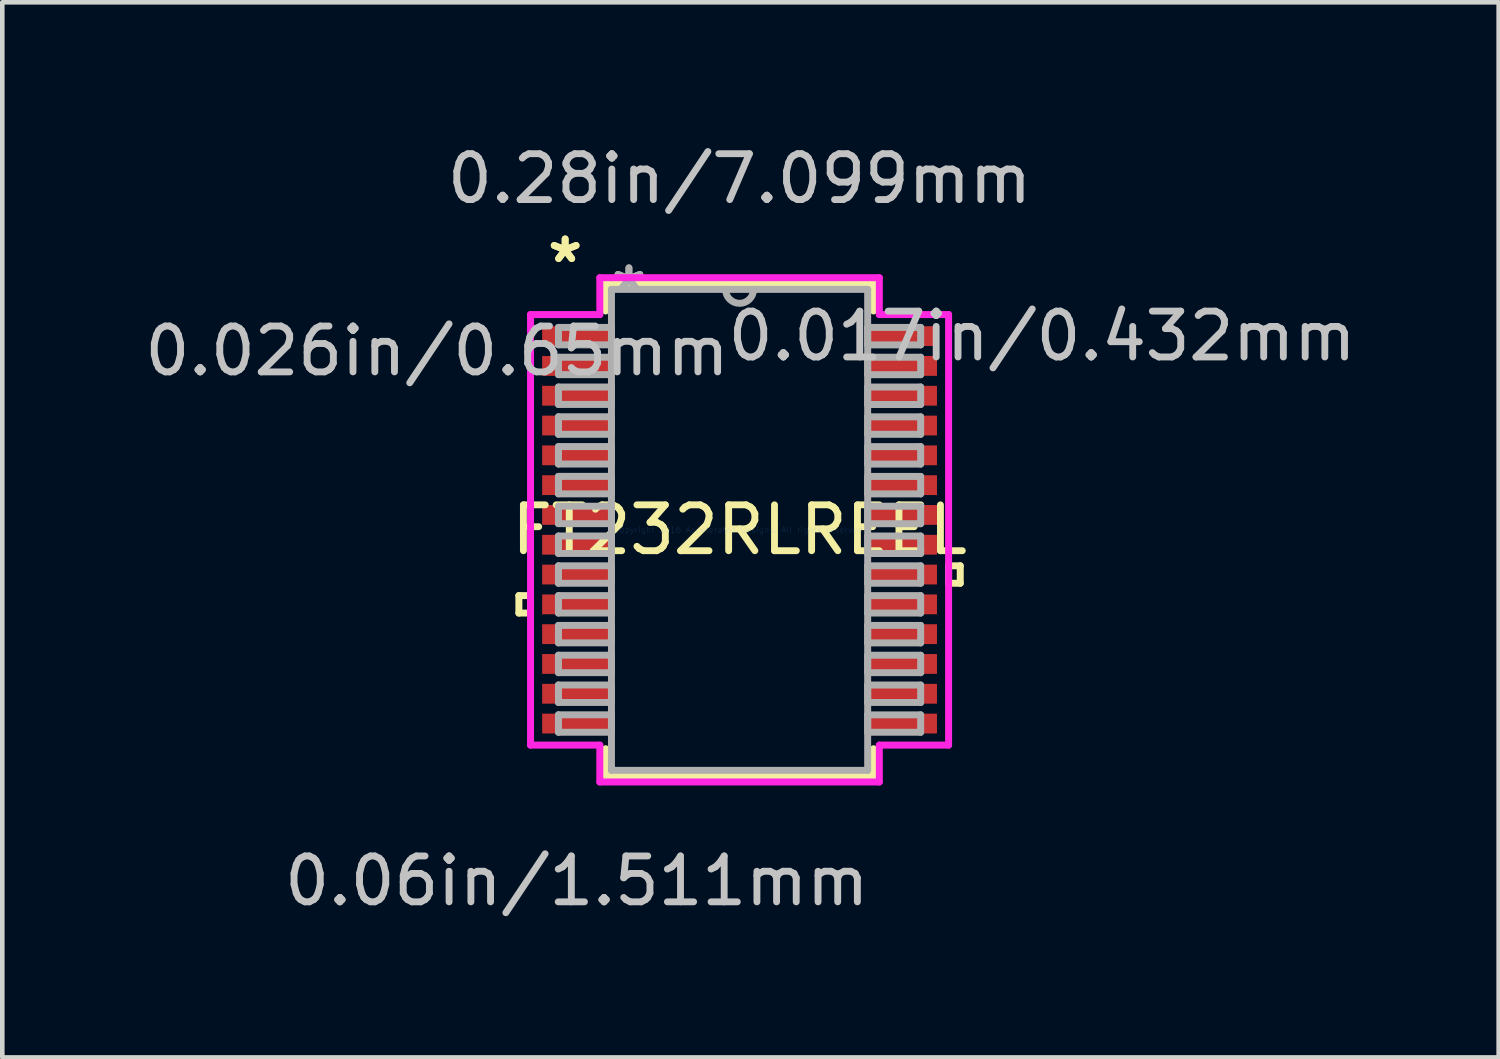
<source format=kicad_pcb>
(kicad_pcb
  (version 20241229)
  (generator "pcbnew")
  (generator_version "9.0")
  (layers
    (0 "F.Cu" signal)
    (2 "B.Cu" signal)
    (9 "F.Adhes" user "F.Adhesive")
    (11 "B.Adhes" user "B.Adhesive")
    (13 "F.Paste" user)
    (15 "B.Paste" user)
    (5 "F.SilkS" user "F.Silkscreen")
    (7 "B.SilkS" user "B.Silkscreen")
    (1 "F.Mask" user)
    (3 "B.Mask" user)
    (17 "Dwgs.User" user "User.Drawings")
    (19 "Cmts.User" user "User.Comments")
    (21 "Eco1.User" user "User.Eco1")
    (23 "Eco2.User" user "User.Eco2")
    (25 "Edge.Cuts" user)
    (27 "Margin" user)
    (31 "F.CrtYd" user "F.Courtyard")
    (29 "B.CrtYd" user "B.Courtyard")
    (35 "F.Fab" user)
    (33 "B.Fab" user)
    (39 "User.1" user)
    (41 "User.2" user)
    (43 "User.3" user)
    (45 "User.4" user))
  (footprint "FT232RLREEL"
    (layer "F.Cu")
    (at 13.08 8.506)
    (property "Reference" "FT232RLREEL" (at 0 0 0) (layer "F.SilkS") (effects (font (size 1 1) (thickness 0.15))))
    (attr through_hole)
    (fp_line (start -4.813 1.434) (end -4.813 1.815) (stroke (width 0.152) (type solid)) (layer "F.SilkS"))
    (fp_line (start -4.813 1.815) (end -4.559 1.815) (stroke (width 0.152) (type solid)) (layer "F.SilkS"))
    (fp_line (start -4.559 1.434) (end -4.813 1.434) (stroke (width 0.152) (type solid)) (layer "F.SilkS"))
    (fp_line (start -4.559 1.815) (end -4.559 1.434) (stroke (width 0.152) (type solid)) (layer "F.SilkS"))
    (fp_line (start -2.921 -5.372) (end -2.921 -4.774) (stroke (width 0.152) (type solid)) (layer "F.SilkS"))
    (fp_line (start -2.921 4.774) (end -2.921 5.372) (stroke (width 0.152) (type solid)) (layer "F.SilkS"))
    (fp_line (start -2.921 5.372) (end 2.921 5.372) (stroke (width 0.152) (type solid)) (layer "F.SilkS"))
    (fp_line (start 2.921 -5.372) (end -2.921 -5.372) (stroke (width 0.152) (type solid)) (layer "F.SilkS"))
    (fp_line (start 2.921 -4.774) (end 2.921 -5.372) (stroke (width 0.152) (type solid)) (layer "F.SilkS"))
    (fp_line (start 2.921 5.372) (end 2.921 4.774) (stroke (width 0.152) (type solid)) (layer "F.SilkS"))
    (fp_line (start 4.559 0.784) (end 4.813 0.784) (stroke (width 0.152) (type solid)) (layer "F.SilkS"))
    (fp_line (start 4.559 1.165) (end 4.559 0.784) (stroke (width 0.152) (type solid)) (layer "F.SilkS"))
    (fp_line (start 4.813 0.784) (end 4.813 1.165) (stroke (width 0.152) (type solid)) (layer "F.SilkS"))
    (fp_line (start 4.813 1.165) (end 4.559 1.165) (stroke (width 0.152) (type solid)) (layer "F.SilkS"))
    (fp_line (start -4.559 -4.695) (end -3.048 -4.695) (stroke (width 0.152) (type solid)) (layer "F.CrtYd"))
    (fp_line (start -4.559 4.695) (end -4.559 -4.695) (stroke (width 0.152) (type solid)) (layer "F.CrtYd"))
    (fp_line (start -3.048 -5.499) (end 3.048 -5.499) (stroke (width 0.152) (type solid)) (layer "F.CrtYd"))
    (fp_line (start -3.048 -4.695) (end -3.048 -5.499) (stroke (width 0.152) (type solid)) (layer "F.CrtYd"))
    (fp_line (start -3.048 4.695) (end -4.559 4.695) (stroke (width 0.152) (type solid)) (layer "F.CrtYd"))
    (fp_line (start -3.048 5.499) (end -3.048 4.695) (stroke (width 0.152) (type solid)) (layer "F.CrtYd"))
    (fp_line (start 3.048 -5.499) (end 3.048 -4.695) (stroke (width 0.152) (type solid)) (layer "F.CrtYd"))
    (fp_line (start 3.048 -4.695) (end 4.559 -4.695) (stroke (width 0.152) (type solid)) (layer "F.CrtYd"))
    (fp_line (start 3.048 4.695) (end 3.048 5.499) (stroke (width 0.152) (type solid)) (layer "F.CrtYd"))
    (fp_line (start 3.048 5.499) (end -3.048 5.499) (stroke (width 0.152) (type solid)) (layer "F.CrtYd"))
    (fp_line (start 4.559 -4.695) (end 4.559 4.695) (stroke (width 0.152) (type solid)) (layer "F.CrtYd"))
    (fp_line (start 4.559 4.695) (end 3.048 4.695) (stroke (width 0.152) (type solid)) (layer "F.CrtYd"))
    (fp_line (start -3.95 -4.415) (end -3.95 -4.035) (stroke (width 0.152) (type solid)) (layer "F.Fab"))
    (fp_line (start -3.95 -4.035) (end -2.794 -4.035) (stroke (width 0.152) (type solid)) (layer "F.Fab"))
    (fp_line (start -3.95 -3.765) (end -3.95 -3.385) (stroke (width 0.152) (type solid)) (layer "F.Fab"))
    (fp_line (start -3.95 -3.385) (end -2.794 -3.385) (stroke (width 0.152) (type solid)) (layer "F.Fab"))
    (fp_line (start -3.95 -3.115) (end -3.95 -2.735) (stroke (width 0.152) (type solid)) (layer "F.Fab"))
    (fp_line (start -3.95 -2.735) (end -2.794 -2.735) (stroke (width 0.152) (type solid)) (layer "F.Fab"))
    (fp_line (start -3.95 -2.466) (end -3.95 -2.084) (stroke (width 0.152) (type solid)) (layer "F.Fab"))
    (fp_line (start -3.95 -2.084) (end -2.794 -2.084) (stroke (width 0.152) (type solid)) (layer "F.Fab"))
    (fp_line (start -3.95 -1.816) (end -3.95 -1.435) (stroke (width 0.152) (type solid)) (layer "F.Fab"))
    (fp_line (start -3.95 -1.435) (end -2.794 -1.435) (stroke (width 0.152) (type solid)) (layer "F.Fab"))
    (fp_line (start -3.95 -1.166) (end -3.95 -0.785) (stroke (width 0.152) (type solid)) (layer "F.Fab"))
    (fp_line (start -3.95 -0.785) (end -2.794 -0.785) (stroke (width 0.152) (type solid)) (layer "F.Fab"))
    (fp_line (start -3.95 -0.516) (end -3.95 -0.135) (stroke (width 0.152) (type solid)) (layer "F.Fab"))
    (fp_line (start -3.95 -0.135) (end -2.794 -0.135) (stroke (width 0.152) (type solid)) (layer "F.Fab"))
    (fp_line (start -3.95 0.134) (end -3.95 0.515) (stroke (width 0.152) (type solid)) (layer "F.Fab"))
    (fp_line (start -3.95 0.515) (end -2.794 0.515) (stroke (width 0.152) (type solid)) (layer "F.Fab"))
    (fp_line (start -3.95 0.784) (end -3.95 1.165) (stroke (width 0.152) (type solid)) (layer "F.Fab"))
    (fp_line (start -3.95 1.165) (end -2.794 1.165) (stroke (width 0.152) (type solid)) (layer "F.Fab"))
    (fp_line (start -3.95 1.434) (end -3.95 1.815) (stroke (width 0.152) (type solid)) (layer "F.Fab"))
    (fp_line (start -3.95 1.815) (end -2.794 1.815) (stroke (width 0.152) (type solid)) (layer "F.Fab"))
    (fp_line (start -3.95 2.084) (end -3.95 2.465) (stroke (width 0.152) (type solid)) (layer "F.Fab"))
    (fp_line (start -3.95 2.465) (end -2.794 2.465) (stroke (width 0.152) (type solid)) (layer "F.Fab"))
    (fp_line (start -3.95 2.734) (end -3.95 3.115) (stroke (width 0.152) (type solid)) (layer "F.Fab"))
    (fp_line (start -3.95 3.115) (end -2.794 3.115) (stroke (width 0.152) (type solid)) (layer "F.Fab"))
    (fp_line (start -3.95 3.384) (end -3.95 3.765) (stroke (width 0.152) (type solid)) (layer "F.Fab"))
    (fp_line (start -3.95 3.765) (end -2.794 3.765) (stroke (width 0.152) (type solid)) (layer "F.Fab"))
    (fp_line (start -3.95 4.034) (end -3.95 4.415) (stroke (width 0.152) (type solid)) (layer "F.Fab"))
    (fp_line (start -3.95 4.415) (end -2.794 4.415) (stroke (width 0.152) (type solid)) (layer "F.Fab"))
    (fp_line (start -2.794 -5.245) (end -2.794 5.245) (stroke (width 0.152) (type solid)) (layer "F.Fab"))
    (fp_line (start -2.794 -4.415) (end -3.95 -4.415) (stroke (width 0.152) (type solid)) (layer "F.Fab"))
    (fp_line (start -2.794 -4.035) (end -2.794 -4.415) (stroke (width 0.152) (type solid)) (layer "F.Fab"))
    (fp_line (start -2.794 -3.765) (end -3.95 -3.765) (stroke (width 0.152) (type solid)) (layer "F.Fab"))
    (fp_line (start -2.794 -3.385) (end -2.794 -3.765) (stroke (width 0.152) (type solid)) (layer "F.Fab"))
    (fp_line (start -2.794 -3.115) (end -3.95 -3.115) (stroke (width 0.152) (type solid)) (layer "F.Fab"))
    (fp_line (start -2.794 -2.735) (end -2.794 -3.115) (stroke (width 0.152) (type solid)) (layer "F.Fab"))
    (fp_line (start -2.794 -2.466) (end -3.95 -2.466) (stroke (width 0.152) (type solid)) (layer "F.Fab"))
    (fp_line (start -2.794 -2.084) (end -2.794 -2.466) (stroke (width 0.152) (type solid)) (layer "F.Fab"))
    (fp_line (start -2.794 -1.816) (end -3.95 -1.816) (stroke (width 0.152) (type solid)) (layer "F.Fab"))
    (fp_line (start -2.794 -1.435) (end -2.794 -1.816) (stroke (width 0.152) (type solid)) (layer "F.Fab"))
    (fp_line (start -2.794 -1.166) (end -3.95 -1.166) (stroke (width 0.152) (type solid)) (layer "F.Fab"))
    (fp_line (start -2.794 -0.785) (end -2.794 -1.166) (stroke (width 0.152) (type solid)) (layer "F.Fab"))
    (fp_line (start -2.794 -0.516) (end -3.95 -0.516) (stroke (width 0.152) (type solid)) (layer "F.Fab"))
    (fp_line (start -2.794 -0.135) (end -2.794 -0.516) (stroke (width 0.152) (type solid)) (layer "F.Fab"))
    (fp_line (start -2.794 0.134) (end -3.95 0.134) (stroke (width 0.152) (type solid)) (layer "F.Fab"))
    (fp_line (start -2.794 0.515) (end -2.794 0.134) (stroke (width 0.152) (type solid)) (layer "F.Fab"))
    (fp_line (start -2.794 0.784) (end -3.95 0.784) (stroke (width 0.152) (type solid)) (layer "F.Fab"))
    (fp_line (start -2.794 1.165) (end -2.794 0.784) (stroke (width 0.152) (type solid)) (layer "F.Fab"))
    (fp_line (start -2.794 1.434) (end -3.95 1.434) (stroke (width 0.152) (type solid)) (layer "F.Fab"))
    (fp_line (start -2.794 1.815) (end -2.794 1.434) (stroke (width 0.152) (type solid)) (layer "F.Fab"))
    (fp_line (start -2.794 2.084) (end -3.95 2.084) (stroke (width 0.152) (type solid)) (layer "F.Fab"))
    (fp_line (start -2.794 2.465) (end -2.794 2.084) (stroke (width 0.152) (type solid)) (layer "F.Fab"))
    (fp_line (start -2.794 2.734) (end -3.95 2.734) (stroke (width 0.152) (type solid)) (layer "F.Fab"))
    (fp_line (start -2.794 3.115) (end -2.794 2.734) (stroke (width 0.152) (type solid)) (layer "F.Fab"))
    (fp_line (start -2.794 3.384) (end -3.95 3.384) (stroke (width 0.152) (type solid)) (layer "F.Fab"))
    (fp_line (start -2.794 3.765) (end -2.794 3.384) (stroke (width 0.152) (type solid)) (layer "F.Fab"))
    (fp_line (start -2.794 4.034) (end -3.95 4.034) (stroke (width 0.152) (type solid)) (layer "F.Fab"))
    (fp_line (start -2.794 4.415) (end -2.794 4.034) (stroke (width 0.152) (type solid)) (layer "F.Fab"))
    (fp_line (start -2.794 5.245) (end 2.794 5.245) (stroke (width 0.152) (type solid)) (layer "F.Fab"))
    (fp_line (start 2.794 -5.245) (end -2.794 -5.245) (stroke (width 0.152) (type solid)) (layer "F.Fab"))
    (fp_line (start 2.794 -4.415) (end 2.794 -4.034) (stroke (width 0.152) (type solid)) (layer "F.Fab"))
    (fp_line (start 2.794 -4.034) (end 3.95 -4.034) (stroke (width 0.152) (type solid)) (layer "F.Fab"))
    (fp_line (start 2.794 -3.765) (end 2.794 -3.384) (stroke (width 0.152) (type solid)) (layer "F.Fab"))
    (fp_line (start 2.794 -3.384) (end 3.95 -3.384) (stroke (width 0.152) (type solid)) (layer "F.Fab"))
    (fp_line (start 2.794 -3.115) (end 2.794 -2.734) (stroke (width 0.152) (type solid)) (layer "F.Fab"))
    (fp_line (start 2.794 -2.734) (end 3.95 -2.734) (stroke (width 0.152) (type solid)) (layer "F.Fab"))
    (fp_line (start 2.794 -2.465) (end 2.794 -2.084) (stroke (width 0.152) (type solid)) (layer "F.Fab"))
    (fp_line (start 2.794 -2.084) (end 3.95 -2.084) (stroke (width 0.152) (type solid)) (layer "F.Fab"))
    (fp_line (start 2.794 -1.815) (end 2.794 -1.434) (stroke (width 0.152) (type solid)) (layer "F.Fab"))
    (fp_line (start 2.794 -1.434) (end 3.95 -1.434) (stroke (width 0.152) (type solid)) (layer "F.Fab"))
    (fp_line (start 2.794 -1.165) (end 2.794 -0.784) (stroke (width 0.152) (type solid)) (layer "F.Fab"))
    (fp_line (start 2.794 -0.784) (end 3.95 -0.784) (stroke (width 0.152) (type solid)) (layer "F.Fab"))
    (fp_line (start 2.794 -0.515) (end 2.794 -0.134) (stroke (width 0.152) (type solid)) (layer "F.Fab"))
    (fp_line (start 2.794 -0.134) (end 3.95 -0.134) (stroke (width 0.152) (type solid)) (layer "F.Fab"))
    (fp_line (start 2.794 0.135) (end 2.794 0.516) (stroke (width 0.152) (type solid)) (layer "F.Fab"))
    (fp_line (start 2.794 0.516) (end 3.95 0.516) (stroke (width 0.152) (type solid)) (layer "F.Fab"))
    (fp_line (start 2.794 0.784) (end 2.794 1.165) (stroke (width 0.152) (type solid)) (layer "F.Fab"))
    (fp_line (start 2.794 1.165) (end 3.95 1.165) (stroke (width 0.152) (type solid)) (layer "F.Fab"))
    (fp_line (start 2.794 1.435) (end 2.794 1.815) (stroke (width 0.152) (type solid)) (layer "F.Fab"))
    (fp_line (start 2.794 1.815) (end 3.95 1.815) (stroke (width 0.152) (type solid)) (layer "F.Fab"))
    (fp_line (start 2.794 2.084) (end 2.794 2.466) (stroke (width 0.152) (type solid)) (layer "F.Fab"))
    (fp_line (start 2.794 2.466) (end 3.95 2.466) (stroke (width 0.152) (type solid)) (layer "F.Fab"))
    (fp_line (start 2.794 2.735) (end 2.794 3.115) (stroke (width 0.152) (type solid)) (layer "F.Fab"))
    (fp_line (start 2.794 3.115) (end 3.95 3.115) (stroke (width 0.152) (type solid)) (layer "F.Fab"))
    (fp_line (start 2.794 3.385) (end 2.794 3.765) (stroke (width 0.152) (type solid)) (layer "F.Fab"))
    (fp_line (start 2.794 3.765) (end 3.95 3.765) (stroke (width 0.152) (type solid)) (layer "F.Fab"))
    (fp_line (start 2.794 4.035) (end 2.794 4.415) (stroke (width 0.152) (type solid)) (layer "F.Fab"))
    (fp_line (start 2.794 4.415) (end 3.95 4.415) (stroke (width 0.152) (type solid)) (layer "F.Fab"))
    (fp_line (start 2.794 5.245) (end 2.794 -5.245) (stroke (width 0.152) (type solid)) (layer "F.Fab"))
    (fp_line (start 3.95 -4.415) (end 2.794 -4.415) (stroke (width 0.152) (type solid)) (layer "F.Fab"))
    (fp_line (start 3.95 -4.034) (end 3.95 -4.415) (stroke (width 0.152) (type solid)) (layer "F.Fab"))
    (fp_line (start 3.95 -3.765) (end 2.794 -3.765) (stroke (width 0.152) (type solid)) (layer "F.Fab"))
    (fp_line (start 3.95 -3.384) (end 3.95 -3.765) (stroke (width 0.152) (type solid)) (layer "F.Fab"))
    (fp_line (start 3.95 -3.115) (end 2.794 -3.115) (stroke (width 0.152) (type solid)) (layer "F.Fab"))
    (fp_line (start 3.95 -2.734) (end 3.95 -3.115) (stroke (width 0.152) (type solid)) (layer "F.Fab"))
    (fp_line (start 3.95 -2.465) (end 2.794 -2.465) (stroke (width 0.152) (type solid)) (layer "F.Fab"))
    (fp_line (start 3.95 -2.084) (end 3.95 -2.465) (stroke (width 0.152) (type solid)) (layer "F.Fab"))
    (fp_line (start 3.95 -1.815) (end 2.794 -1.815) (stroke (width 0.152) (type solid)) (layer "F.Fab"))
    (fp_line (start 3.95 -1.434) (end 3.95 -1.815) (stroke (width 0.152) (type solid)) (layer "F.Fab"))
    (fp_line (start 3.95 -1.165) (end 2.794 -1.165) (stroke (width 0.152) (type solid)) (layer "F.Fab"))
    (fp_line (start 3.95 -0.784) (end 3.95 -1.165) (stroke (width 0.152) (type solid)) (layer "F.Fab"))
    (fp_line (start 3.95 -0.515) (end 2.794 -0.515) (stroke (width 0.152) (type solid)) (layer "F.Fab"))
    (fp_line (start 3.95 -0.134) (end 3.95 -0.515) (stroke (width 0.152) (type solid)) (layer "F.Fab"))
    (fp_line (start 3.95 0.135) (end 2.794 0.135) (stroke (width 0.152) (type solid)) (layer "F.Fab"))
    (fp_line (start 3.95 0.516) (end 3.95 0.135) (stroke (width 0.152) (type solid)) (layer "F.Fab"))
    (fp_line (start 3.95 0.784) (end 2.794 0.784) (stroke (width 0.152) (type solid)) (layer "F.Fab"))
    (fp_line (start 3.95 1.165) (end 3.95 0.784) (stroke (width 0.152) (type solid)) (layer "F.Fab"))
    (fp_line (start 3.95 1.435) (end 2.794 1.435) (stroke (width 0.152) (type solid)) (layer "F.Fab"))
    (fp_line (start 3.95 1.815) (end 3.95 1.435) (stroke (width 0.152) (type solid)) (layer "F.Fab"))
    (fp_line (start 3.95 2.084) (end 2.794 2.084) (stroke (width 0.152) (type solid)) (layer "F.Fab"))
    (fp_line (start 3.95 2.466) (end 3.95 2.084) (stroke (width 0.152) (type solid)) (layer "F.Fab"))
    (fp_line (start 3.95 2.735) (end 2.794 2.735) (stroke (width 0.152) (type solid)) (layer "F.Fab"))
    (fp_line (start 3.95 3.115) (end 3.95 2.735) (stroke (width 0.152) (type solid)) (layer "F.Fab"))
    (fp_line (start 3.95 3.385) (end 2.794 3.385) (stroke (width 0.152) (type solid)) (layer "F.Fab"))
    (fp_line (start 3.95 3.765) (end 3.95 3.385) (stroke (width 0.152) (type solid)) (layer "F.Fab"))
    (fp_line (start 3.95 4.035) (end 2.794 4.035) (stroke (width 0.152) (type solid)) (layer "F.Fab"))
    (fp_line (start 3.95 4.415) (end 3.95 4.035) (stroke (width 0.152) (type solid)) (layer "F.Fab"))
    (fp_arc (start 0.3048 -5.2451) (mid 0 -4.9403) (end -0.3048 -5.2451) (stroke (width 0.1524) (type solid)) (layer "F.Fab"))
    (fp_text user "*" (at -3.804 -5.8 0) (layer "F.SilkS") (effects (font (size 1 1) (thickness 0.15))))
    (fp_text user "*" (at -3.804 -5.8 0) (layer "F.SilkS") (effects (font (size 1 1) (thickness 0.15))))
    (fp_text user "0.017in/0.432mm" (at 6.598 -4.225 0) (layer "Dwgs.User") (effects (font (size 1 1) (thickness 0.15))))
    (fp_text user "0.06in/1.511mm" (at -3.55 7.658 0) (layer "Dwgs.User") (effects (font (size 1 1) (thickness 0.15))))
    (fp_text user "0.026in/0.65mm" (at -6.598 -3.9 0) (layer "Dwgs.User") (effects (font (size 1 1) (thickness 0.15))))
    (fp_text user "0.28in/7.099mm" (at 0 -7.658 0) (layer "Dwgs.User") (effects (font (size 1 1) (thickness 0.15))))
    (fp_text user "Copyright 2016 Accelerated Designs. All rights reserved." (at 0 0 0) (layer "Cmts.User") (effects (font (size 0.127 0.127) (thickness 0.002))))
    (fp_text user "*" (at -2.413 -5.169 0) (layer "F.Fab") (effects (font (size 1 1) (thickness 0.15))))
    (fp_text user "*" (at -2.413 -5.169 0) (layer "F.Fab") (effects (font (size 1 1) (thickness 0.15))))
    (pad "1" smd rect (at -3.55 -4.225) (size 1.511 0.432) (layers "F.Cu" "F.Mask" "F.Paste"))
    (pad "2" smd rect (at -3.55 -3.575) (size 1.511 0.432) (layers "F.Cu" "F.Mask" "F.Paste"))
    (pad "3" smd rect (at -3.55 -2.925) (size 1.511 0.432) (layers "F.Cu" "F.Mask" "F.Paste"))
    (pad "4" smd rect (at -3.55 -2.275) (size 1.511 0.432) (layers "F.Cu" "F.Mask" "F.Paste"))
    (pad "5" smd rect (at -3.55 -1.625) (size 1.511 0.432) (layers "F.Cu" "F.Mask" "F.Paste"))
    (pad "6" smd rect (at -3.55 -0.975) (size 1.511 0.432) (layers "F.Cu" "F.Mask" "F.Paste"))
    (pad "7" smd rect (at -3.55 -0.325) (size 1.511 0.432) (layers "F.Cu" "F.Mask" "F.Paste"))
    (pad "8" smd rect (at -3.55 0.325) (size 1.511 0.432) (layers "F.Cu" "F.Mask" "F.Paste"))
    (pad "9" smd rect (at -3.55 0.975) (size 1.511 0.432) (layers "F.Cu" "F.Mask" "F.Paste"))
    (pad "10" smd rect (at -3.55 1.625) (size 1.511 0.432) (layers "F.Cu" "F.Mask" "F.Paste"))
    (pad "11" smd rect (at -3.55 2.275) (size 1.511 0.432) (layers "F.Cu" "F.Mask" "F.Paste"))
    (pad "12" smd rect (at -3.55 2.925) (size 1.511 0.432) (layers "F.Cu" "F.Mask" "F.Paste"))
    (pad "13" smd rect (at -3.55 3.575) (size 1.511 0.432) (layers "F.Cu" "F.Mask" "F.Paste"))
    (pad "14" smd rect (at -3.55 4.225) (size 1.511 0.432) (layers "F.Cu" "F.Mask" "F.Paste"))
    (pad "15" smd rect (at 3.55 4.225) (size 1.511 0.432) (layers "F.Cu" "F.Mask" "F.Paste"))
    (pad "16" smd rect (at 3.55 3.575) (size 1.511 0.432) (layers "F.Cu" "F.Mask" "F.Paste"))
    (pad "17" smd rect (at 3.55 2.925) (size 1.511 0.432) (layers "F.Cu" "F.Mask" "F.Paste"))
    (pad "18" smd rect (at 3.55 2.275) (size 1.511 0.432) (layers "F.Cu" "F.Mask" "F.Paste"))
    (pad "19" smd rect (at 3.55 1.625) (size 1.511 0.432) (layers "F.Cu" "F.Mask" "F.Paste"))
    (pad "20" smd rect (at 3.55 0.975) (size 1.511 0.432) (layers "F.Cu" "F.Mask" "F.Paste"))
    (pad "21" smd rect (at 3.55 0.325) (size 1.511 0.432) (layers "F.Cu" "F.Mask" "F.Paste"))
    (pad "22" smd rect (at 3.55 -0.325) (size 1.511 0.432) (layers "F.Cu" "F.Mask" "F.Paste"))
    (pad "23" smd rect (at 3.55 -0.975) (size 1.511 0.432) (layers "F.Cu" "F.Mask" "F.Paste"))
    (pad "24" smd rect (at 3.55 -1.625) (size 1.511 0.432) (layers "F.Cu" "F.Mask" "F.Paste"))
    (pad "25" smd rect (at 3.55 -2.275) (size 1.511 0.432) (layers "F.Cu" "F.Mask" "F.Paste"))
    (pad "26" smd rect (at 3.55 -2.925) (size 1.511 0.432) (layers "F.Cu" "F.Mask" "F.Paste"))
    (pad "27" smd rect (at 3.55 -3.575) (size 1.511 0.432) (layers "F.Cu" "F.Mask" "F.Paste"))
    (pad "28" smd rect (at 3.55 -4.225) (size 1.511 0.432) (layers "F.Cu" "F.Mask" "F.Paste")))
  (gr_rect
    (start -3 -3)
    (end 29.636 20.013)
    (stroke (width 0.1) (type default))
    (fill no)
    (layer "Edge.Cuts")))
</source>
